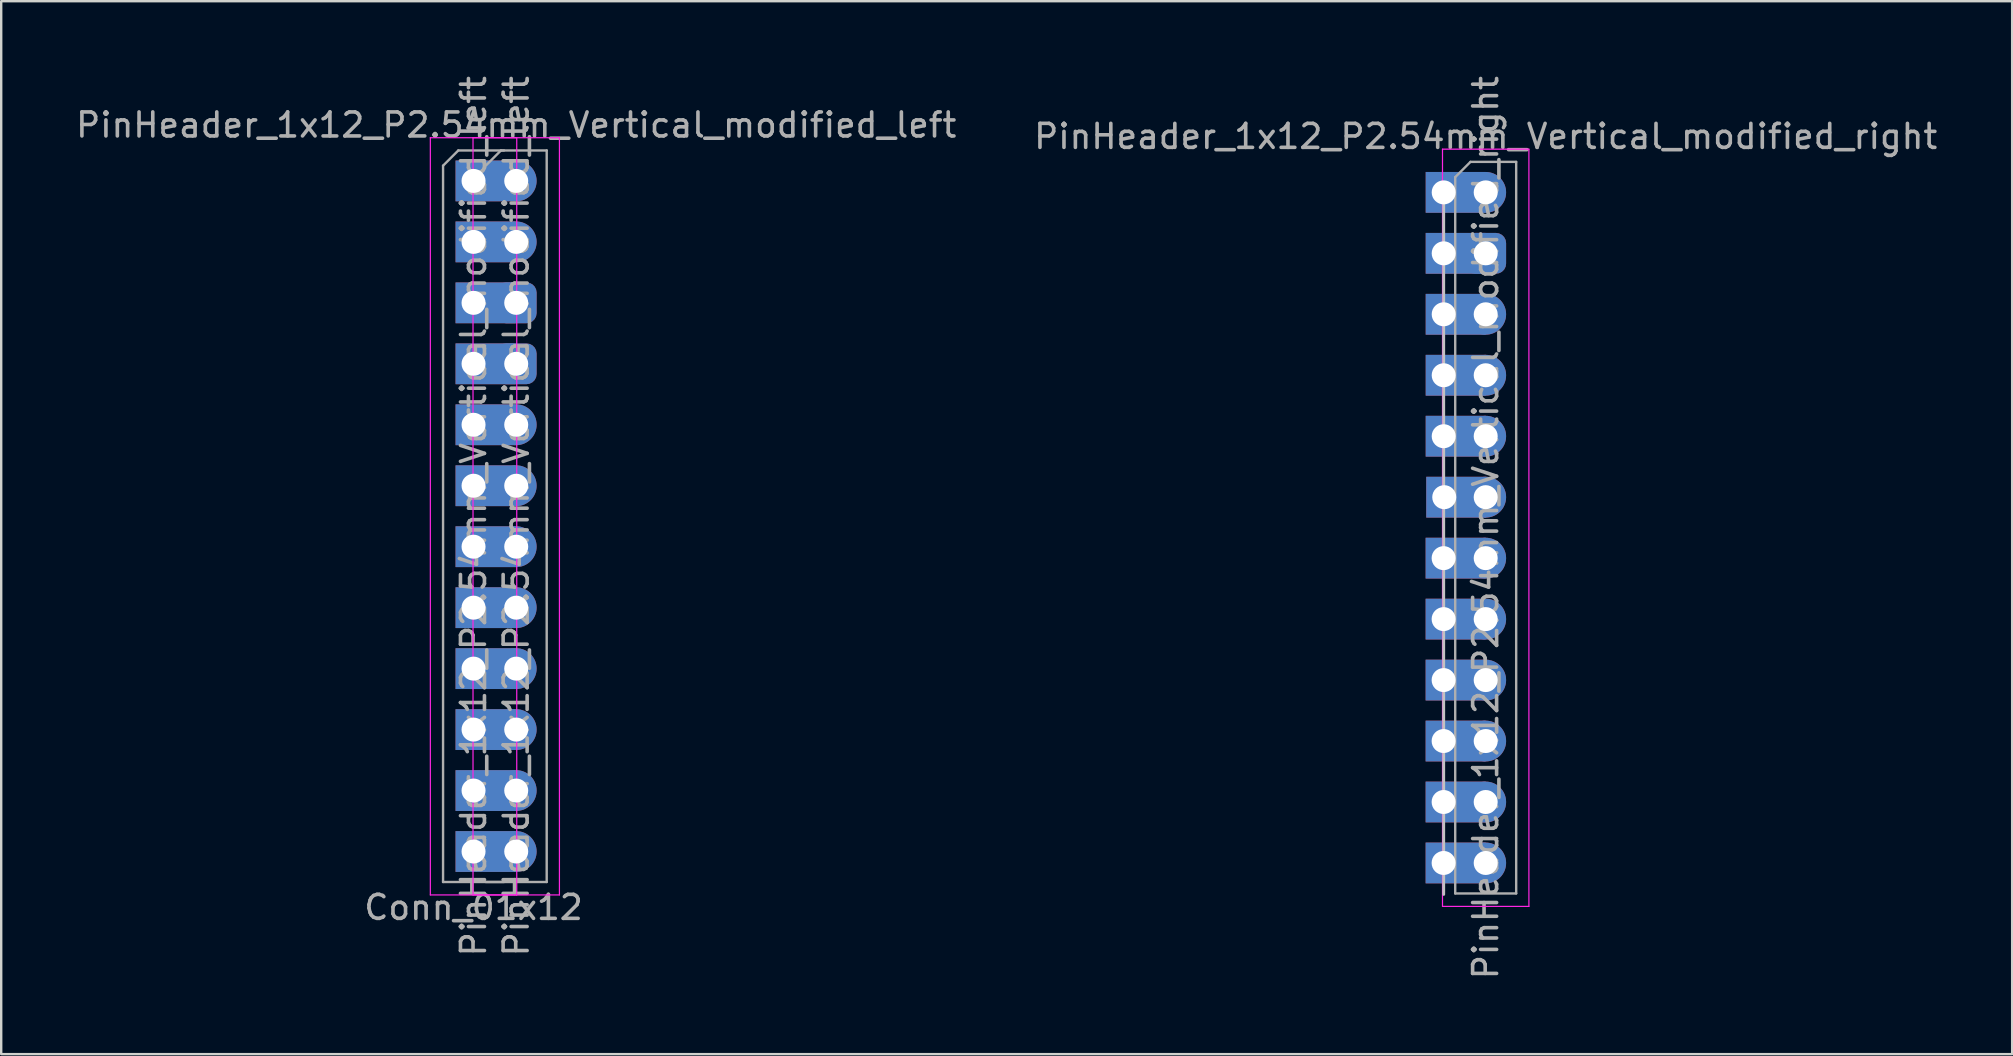
<source format=kicad_pcb>
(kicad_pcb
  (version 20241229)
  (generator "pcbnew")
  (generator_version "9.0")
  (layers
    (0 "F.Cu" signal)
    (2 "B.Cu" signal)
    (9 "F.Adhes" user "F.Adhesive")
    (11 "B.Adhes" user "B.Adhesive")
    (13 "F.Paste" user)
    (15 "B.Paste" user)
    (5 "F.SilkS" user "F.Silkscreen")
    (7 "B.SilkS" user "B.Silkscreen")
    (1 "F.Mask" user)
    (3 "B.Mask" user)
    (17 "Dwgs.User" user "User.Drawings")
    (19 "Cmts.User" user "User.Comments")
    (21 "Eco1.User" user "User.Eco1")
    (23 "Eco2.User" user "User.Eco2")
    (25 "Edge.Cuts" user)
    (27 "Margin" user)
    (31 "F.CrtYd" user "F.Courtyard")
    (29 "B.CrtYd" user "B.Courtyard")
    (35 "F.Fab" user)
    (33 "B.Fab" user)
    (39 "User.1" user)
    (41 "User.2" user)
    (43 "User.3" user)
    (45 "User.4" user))
  (footprint "PinHeader_1x12_P2.54mm_Vertical_modified_right"
    (layer "F.Cu")
    (at 58.851 4.965)
    (property "Reference" "PinHeader_1x12_P2.54mm_Vertical_modified_right" (at 0 -2.33 180) (layer "F.Fab") (effects (font (size 1 1) (thickness 0.15))))
    (attr through_hole)
    (fp_line (start -1.75 0) (end -1.75 29.25) (stroke (width 0.12) (type solid)) (layer "Dwgs.User"))
    (fp_line (start -1.8 -1.8) (end -1.8 29.75) (stroke (width 0.05) (type solid)) (layer "F.CrtYd"))
    (fp_line (start -1.8 29.75) (end 1.8 29.75) (stroke (width 0.05) (type solid)) (layer "F.CrtYd"))
    (fp_line (start 1.8 -1.8) (end -1.8 -1.8) (stroke (width 0.05) (type solid)) (layer "F.CrtYd"))
    (fp_line (start 1.8 29.75) (end 1.8 -1.8) (stroke (width 0.05) (type solid)) (layer "F.CrtYd"))
    (fp_line (start -1.27 -0.635) (end -0.635 -1.27) (stroke (width 0.1) (type solid)) (layer "F.Fab"))
    (fp_line (start -1.27 29.21) (end -1.27 -0.635) (stroke (width 0.1) (type solid)) (layer "F.Fab"))
    (fp_line (start -0.635 -1.27) (end 1.27 -1.27) (stroke (width 0.1) (type solid)) (layer "F.Fab"))
    (fp_line (start 1.27 -1.27) (end 1.27 29.21) (stroke (width 0.1) (type solid)) (layer "F.Fab"))
    (fp_line (start 1.27 29.21) (end -1.27 29.21) (stroke (width 0.1) (type solid)) (layer "F.Fab"))
    (fp_text user "${REFERENCE}" (at 0 13.97 270) (layer "F.Fab") (effects (font (size 1 1) (thickness 0.15))))
    (pad "1" thru_hole rect (at -1.75 0) (size 2.5 1.7) (drill 1 (offset 0.5 0)) (layers "*.Cu" "*.Mask"))
    (pad "1" thru_hole oval (at 0 0) (size 1.7 1.7) (drill 1) (layers "*.Cu" "*.Mask"))
    (pad "2" thru_hole rect (at -1.75 2.54) (size 2.5 1.7) (drill 1 (offset 0.5 0)) (layers "*.Cu" "*.Mask"))
    (pad "2" thru_hole roundrect (at 0 2.54) (size 1.7 1.7) (drill 1) (layers "*.Cu" "*.Mask") (roundrect_rratio 0.25))
    (pad "3" thru_hole rect (at -1.75 5.08) (size 2.5 1.7) (drill 1 (offset 0.5 0)) (layers "*.Cu" "*.Mask"))
    (pad "3" thru_hole oval (at 0 5.08) (size 1.7 1.7) (drill 1) (layers "*.Cu" "*.Mask"))
    (pad "4" thru_hole rect (at -1.75 7.62) (size 2.5 1.7) (drill 1 (offset 0.5 0)) (layers "*.Cu" "*.Mask"))
    (pad "4" thru_hole oval (at 0 7.62) (size 1.7 1.7) (drill 1) (layers "*.Cu" "*.Mask"))
    (pad "5" thru_hole rect (at -1.75 10.16) (size 2.5 1.7) (drill 1 (offset 0.5 0)) (layers "*.Cu" "*.Mask"))
    (pad "5" thru_hole oval (at 0 10.16) (size 1.7 1.7) (drill 1) (layers "*.Cu" "*.Mask"))
    (pad "6" thru_hole rect (at -1.727 12.7) (size 2.5 1.7) (drill 1 (offset 0.5 0)) (layers "*.Cu" "*.Mask"))
    (pad "6" thru_hole oval (at 0 12.7) (size 1.7 1.7) (drill 1) (layers "*.Cu" "*.Mask"))
    (pad "7" thru_hole rect (at -1.753 15.24) (size 2.5 1.7) (drill 1 (offset 0.5 0)) (layers "*.Cu" "*.Mask"))
    (pad "7" thru_hole oval (at 0 15.24) (size 1.7 1.7) (drill 1) (layers "*.Cu" "*.Mask"))
    (pad "8" thru_hole rect (at -1.753 17.78) (size 2.5 1.7) (drill 1 (offset 0.5 0)) (layers "*.Cu" "*.Mask"))
    (pad "8" thru_hole oval (at 0 17.78) (size 1.7 1.7) (drill 1) (layers "*.Cu" "*.Mask"))
    (pad "9" thru_hole rect (at -1.753 20.32) (size 2.5 1.7) (drill 1 (offset 0.5 0)) (layers "*.Cu" "*.Mask"))
    (pad "9" thru_hole oval (at 0 20.32) (size 1.7 1.7) (drill 1) (layers "*.Cu" "*.Mask"))
    (pad "10" thru_hole rect (at -1.753 22.86) (size 2.5 1.7) (drill 1 (offset 0.5 0)) (layers "*.Cu" "*.Mask"))
    (pad "10" thru_hole oval (at 0 22.86) (size 1.7 1.7) (drill 1) (layers "*.Cu" "*.Mask"))
    (pad "11" thru_hole rect (at -1.753 25.4) (size 2.5 1.7) (drill 1 (offset 0.5 0)) (layers "*.Cu" "*.Mask"))
    (pad "11" thru_hole oval (at 0 25.4) (size 1.7 1.7) (drill 1) (layers "*.Cu" "*.Mask"))
    (pad "12" thru_hole rect (at -1.753 27.94) (size 2.5 1.7) (drill 1 (offset 0.5 0)) (layers "*.Cu" "*.Mask"))
    (pad "12" thru_hole oval (at 0 27.94) (size 1.7 1.7) (drill 1) (layers "*.Cu" "*.Mask")))
  (footprint "PinHeader_1x12_P2.54mm_Vertical_modified_left"
    (layer "F.Cu")
    (at 18.458 4.488)
    (property "Reference" "PinHeader_1x12_P2.54mm_Vertical_modified_left" (at 0 -2.33 180) (layer "F.Fab") (effects (font (size 1 1) (thickness 0.15))))
    (attr through_hole)
    (fp_line (start -3.578 -1.8) (end -3.578 29.75) (stroke (width 0.05) (type solid)) (layer "F.CrtYd"))
    (fp_line (start -3.578 29.75) (end 0.022 29.75) (stroke (width 0.05) (type solid)) (layer "F.CrtYd"))
    (fp_line (start -1.8 -1.8) (end -1.8 29.75) (stroke (width 0.05) (type solid)) (layer "F.CrtYd"))
    (fp_line (start -1.8 29.75) (end 1.8 29.75) (stroke (width 0.05) (type solid)) (layer "F.CrtYd"))
    (fp_line (start 0.022 -1.8) (end -3.578 -1.8) (stroke (width 0.05) (type solid)) (layer "F.CrtYd"))
    (fp_line (start 0.022 29.75) (end 0.022 -1.8) (stroke (width 0.05) (type solid)) (layer "F.CrtYd"))
    (fp_line (start 1.8 -1.8) (end -1.8 -1.8) (stroke (width 0.05) (type solid)) (layer "F.CrtYd"))
    (fp_line (start 1.8 29.75) (end 1.8 -1.8) (stroke (width 0.05) (type solid)) (layer "F.CrtYd"))
    (fp_line (start -3.048 -0.635) (end -2.413 -1.27) (stroke (width 0.1) (type solid)) (layer "F.Fab"))
    (fp_line (start -3.048 29.21) (end -3.048 -0.635) (stroke (width 0.1) (type solid)) (layer "F.Fab"))
    (fp_line (start -2.413 -1.27) (end -0.508 -1.27) (stroke (width 0.1) (type solid)) (layer "F.Fab"))
    (fp_line (start -1.27 -0.635) (end -0.635 -1.27) (stroke (width 0.1) (type solid)) (layer "F.Fab"))
    (fp_line (start -0.635 -1.27) (end 1.27 -1.27) (stroke (width 0.1) (type solid)) (layer "F.Fab"))
    (fp_line (start -0.508 29.21) (end -3.048 29.21) (stroke (width 0.1) (type solid)) (layer "F.Fab"))
    (fp_line (start 1.27 -1.27) (end 1.27 29.21) (stroke (width 0.1) (type solid)) (layer "F.Fab"))
    (fp_line (start 1.27 29.21) (end -1.27 29.21) (stroke (width 0.1) (type solid)) (layer "F.Fab"))
    (fp_text user "Conn_01x12" (at -1.778 30.27 180) (layer "F.Fab") (effects (font (size 1 1) (thickness 0.15))))
    (fp_text user "${REFERENCE}" (at 0 13.97 270) (layer "F.Fab") (effects (font (size 1 1) (thickness 0.15))))
    (fp_text user "${REFERENCE}" (at -1.778 13.97 270) (layer "F.Fab") (effects (font (size 1 1) (thickness 0.15))))
    (pad "1" thru_hole rect (at -1.778 0) (size 2.5 1.7) (drill 1 (offset 0.5 0)) (layers "*.Cu" "*.Mask"))
    (pad "1" thru_hole oval (at 0 0) (size 1.7 1.7) (drill 1) (layers "*.Cu" "*.Mask"))
    (pad "2" thru_hole rect (at -1.778 2.54) (size 2.5 1.7) (drill 1 (offset 0.5 0)) (layers "*.Cu" "*.Mask"))
    (pad "2" thru_hole oval (at 0 2.54) (size 1.7 1.7) (drill 1) (layers "*.Cu" "*.Mask"))
    (pad "3" thru_hole rect (at -1.778 5.08) (size 2.5 1.7) (drill 1 (offset 0.5 0)) (layers "*.Cu" "*.Mask"))
    (pad "3" thru_hole roundrect (at 0 5.08) (size 1.7 1.7) (drill 1) (layers "*.Cu" "*.Mask") (roundrect_rratio 0.25))
    (pad "4" thru_hole rect (at -1.778 7.62) (size 2.5 1.7) (drill 1 (offset 0.5 0)) (layers "*.Cu" "*.Mask"))
    (pad "4" thru_hole roundrect (at 0 7.62) (size 1.7 1.7) (drill 1) (layers "*.Cu" "*.Mask") (roundrect_rratio 0.25))
    (pad "5" thru_hole rect (at -1.778 10.16) (size 2.5 1.7) (drill 1 (offset 0.5 0)) (layers "*.Cu" "*.Mask"))
    (pad "5" thru_hole oval (at 0 10.16) (size 1.7 1.7) (drill 1) (layers "*.Cu" "*.Mask"))
    (pad "6" thru_hole rect (at -1.778 12.7) (size 2.5 1.7) (drill 1 (offset 0.5 0)) (layers "*.Cu" "*.Mask"))
    (pad "6" thru_hole oval (at 0 12.7) (size 1.7 1.7) (drill 1) (layers "*.Cu" "*.Mask"))
    (pad "7" thru_hole rect (at -1.778 15.24) (size 2.5 1.7) (drill 1 (offset 0.5 0)) (layers "*.Cu" "*.Mask"))
    (pad "7" thru_hole oval (at 0 15.24) (size 1.7 1.7) (drill 1) (layers "*.Cu" "*.Mask"))
    (pad "8" thru_hole rect (at -1.778 17.78) (size 2.5 1.7) (drill 1 (offset 0.5 0)) (layers "*.Cu" "*.Mask"))
    (pad "8" thru_hole oval (at 0 17.78) (size 1.7 1.7) (drill 1) (layers "*.Cu" "*.Mask"))
    (pad "9" thru_hole rect (at -1.778 20.32) (size 2.5 1.7) (drill 1 (offset 0.5 0)) (layers "*.Cu" "*.Mask"))
    (pad "9" thru_hole oval (at 0 20.32) (size 1.7 1.7) (drill 1) (layers "*.Cu" "*.Mask"))
    (pad "10" thru_hole rect (at -1.778 22.86) (size 2.5 1.7) (drill 1 (offset 0.5 0)) (layers "*.Cu" "*.Mask"))
    (pad "10" thru_hole oval (at 0 22.86) (size 1.7 1.7) (drill 1) (layers "*.Cu" "*.Mask"))
    (pad "11" thru_hole rect (at -1.778 25.4) (size 2.5 1.7) (drill 1 (offset 0.5 0)) (layers "*.Cu" "*.Mask"))
    (pad "11" thru_hole oval (at 0 25.4) (size 1.7 1.7) (drill 1) (layers "*.Cu" "*.Mask"))
    (pad "12" thru_hole rect (at -1.778 27.94) (size 2.5 1.7) (drill 1 (offset 0.5 0)) (layers "*.Cu" "*.Mask"))
    (pad "12" thru_hole oval (at 0 27.94) (size 1.7 1.7) (drill 1) (layers "*.Cu" "*.Mask")))
  (gr_rect
    (start -3 -3)
    (end 80.786 40.869)
    (stroke (width 0.1) (type default))
    (fill no)
    (layer "Edge.Cuts")))
</source>
